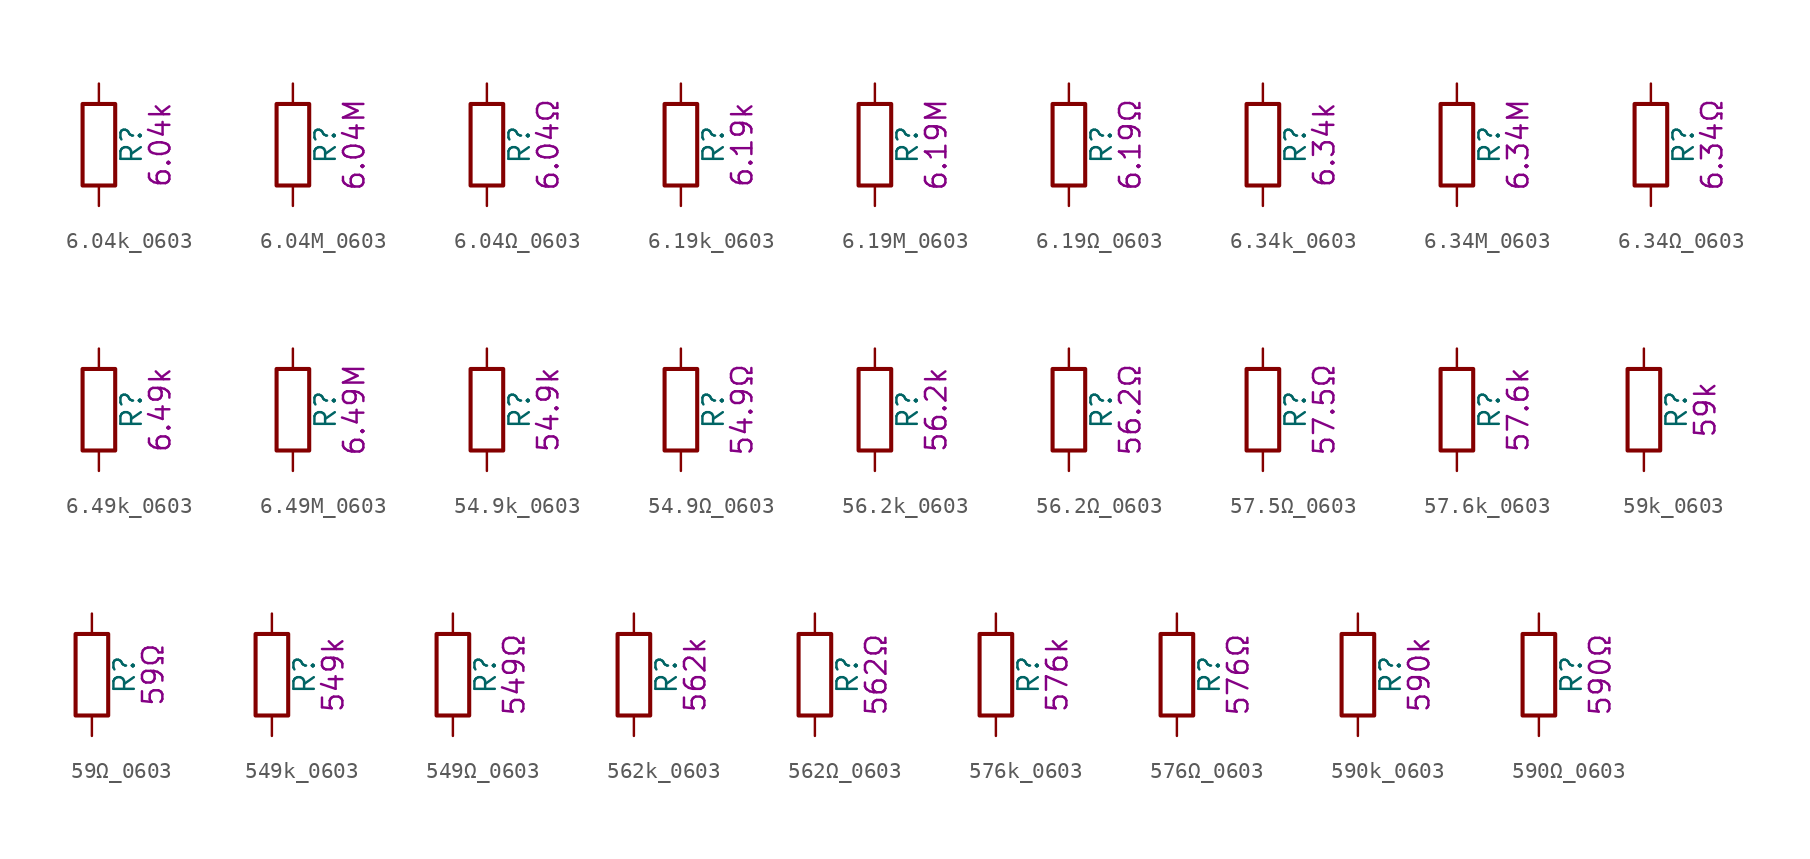
<source format=kicad_sym>
(kicad_symbol_lib
  (version 20211014)
  (generator kicad_symbol_editor)
  (symbol "6.04k_0603"
    (pin_numbers hide)
    (pin_names
      (offset 0))
    (property "Reference" "R"
      (at 2.032 0 90)
      (effects (font (size 1.27 1.27))))
    (property "Display" "6.04k"
      (at 3.81 0 90)
      (effects (font (size 1.27 1.27))))
    (symbol "6.04k_0603_0_1"
      (rectangle (start -1.016 -2.54) (end 1.016 2.54) (stroke (width 0.254) (type default) (color 0 0 0 0)) (fill (type none))))
    (symbol "6.04k_0603_1_1"
      (pin passive line (at 0 3.81 270) (length 1.27) (name "~" (effects (font (size 1.27 1.27)))) (number "1" (effects (font (size 1.27 1.27)))))
      (pin passive line (at 0 -3.81 90) (length 1.27) (name "~" (effects (font (size 1.27 1.27)))) (number "2" (effects (font (size 1.27 1.27)))))))
  (symbol "6.04M_0603"
    (pin_numbers hide)
    (pin_names
      (offset 0))
    (property "Reference" "R"
      (at 2.032 0 90)
      (effects (font (size 1.27 1.27))))
    (property "Display" "6.04M"
      (at 3.81 0 90)
      (effects (font (size 1.27 1.27))))
    (symbol "6.04M_0603_0_1"
      (rectangle (start -1.016 -2.54) (end 1.016 2.54) (stroke (width 0.254) (type default) (color 0 0 0 0)) (fill (type none))))
    (symbol "6.04M_0603_1_1"
      (pin passive line (at 0 3.81 270) (length 1.27) (name "~" (effects (font (size 1.27 1.27)))) (number "1" (effects (font (size 1.27 1.27)))))
      (pin passive line (at 0 -3.81 90) (length 1.27) (name "~" (effects (font (size 1.27 1.27)))) (number "2" (effects (font (size 1.27 1.27)))))))
  (symbol "6.04Ω_0603"
    (pin_numbers hide)
    (pin_names
      (offset 0))
    (property "Reference" "R"
      (at 2.032 0 90)
      (effects (font (size 1.27 1.27))))
    (property "Display" "6.04Ω"
      (at 3.81 0 90)
      (effects (font (size 1.27 1.27))))
    (symbol "6.04Ω_0603_0_1"
      (rectangle (start -1.016 -2.54) (end 1.016 2.54) (stroke (width 0.254) (type default) (color 0 0 0 0)) (fill (type none))))
    (symbol "6.04Ω_0603_1_1"
      (pin passive line (at 0 3.81 270) (length 1.27) (name "~" (effects (font (size 1.27 1.27)))) (number "1" (effects (font (size 1.27 1.27)))))
      (pin passive line (at 0 -3.81 90) (length 1.27) (name "~" (effects (font (size 1.27 1.27)))) (number "2" (effects (font (size 1.27 1.27)))))))
  (symbol "6.19k_0603"
    (pin_numbers hide)
    (pin_names
      (offset 0))
    (property "Reference" "R"
      (at 2.032 0 90)
      (effects (font (size 1.27 1.27))))
    (property "Display" "6.19k"
      (at 3.81 0 90)
      (effects (font (size 1.27 1.27))))
    (symbol "6.19k_0603_0_1"
      (rectangle (start -1.016 -2.54) (end 1.016 2.54) (stroke (width 0.254) (type default) (color 0 0 0 0)) (fill (type none))))
    (symbol "6.19k_0603_1_1"
      (pin passive line (at 0 3.81 270) (length 1.27) (name "~" (effects (font (size 1.27 1.27)))) (number "1" (effects (font (size 1.27 1.27)))))
      (pin passive line (at 0 -3.81 90) (length 1.27) (name "~" (effects (font (size 1.27 1.27)))) (number "2" (effects (font (size 1.27 1.27)))))))
  (symbol "6.19M_0603"
    (pin_numbers hide)
    (pin_names
      (offset 0))
    (property "Reference" "R"
      (at 2.032 0 90)
      (effects (font (size 1.27 1.27))))
    (property "Display" "6.19M"
      (at 3.81 0 90)
      (effects (font (size 1.27 1.27))))
    (symbol "6.19M_0603_0_1"
      (rectangle (start -1.016 -2.54) (end 1.016 2.54) (stroke (width 0.254) (type default) (color 0 0 0 0)) (fill (type none))))
    (symbol "6.19M_0603_1_1"
      (pin passive line (at 0 3.81 270) (length 1.27) (name "~" (effects (font (size 1.27 1.27)))) (number "1" (effects (font (size 1.27 1.27)))))
      (pin passive line (at 0 -3.81 90) (length 1.27) (name "~" (effects (font (size 1.27 1.27)))) (number "2" (effects (font (size 1.27 1.27)))))))
  (symbol "6.19Ω_0603"
    (pin_numbers hide)
    (pin_names
      (offset 0))
    (property "Reference" "R"
      (at 2.032 0 90)
      (effects (font (size 1.27 1.27))))
    (property "Display" "6.19Ω"
      (at 3.81 0 90)
      (effects (font (size 1.27 1.27))))
    (symbol "6.19Ω_0603_0_1"
      (rectangle (start -1.016 -2.54) (end 1.016 2.54) (stroke (width 0.254) (type default) (color 0 0 0 0)) (fill (type none))))
    (symbol "6.19Ω_0603_1_1"
      (pin passive line (at 0 3.81 270) (length 1.27) (name "~" (effects (font (size 1.27 1.27)))) (number "1" (effects (font (size 1.27 1.27)))))
      (pin passive line (at 0 -3.81 90) (length 1.27) (name "~" (effects (font (size 1.27 1.27)))) (number "2" (effects (font (size 1.27 1.27)))))))
  (symbol "6.34k_0603"
    (pin_numbers hide)
    (pin_names
      (offset 0))
    (property "Reference" "R"
      (at 2.032 0 90)
      (effects (font (size 1.27 1.27))))
    (property "Display" "6.34k"
      (at 3.81 0 90)
      (effects (font (size 1.27 1.27))))
    (symbol "6.34k_0603_0_1"
      (rectangle (start -1.016 -2.54) (end 1.016 2.54) (stroke (width 0.254) (type default) (color 0 0 0 0)) (fill (type none))))
    (symbol "6.34k_0603_1_1"
      (pin passive line (at 0 3.81 270) (length 1.27) (name "~" (effects (font (size 1.27 1.27)))) (number "1" (effects (font (size 1.27 1.27)))))
      (pin passive line (at 0 -3.81 90) (length 1.27) (name "~" (effects (font (size 1.27 1.27)))) (number "2" (effects (font (size 1.27 1.27)))))))
  (symbol "6.34M_0603"
    (pin_numbers hide)
    (pin_names
      (offset 0))
    (property "Reference" "R"
      (at 2.032 0 90)
      (effects (font (size 1.27 1.27))))
    (property "Display" "6.34M"
      (at 3.81 0 90)
      (effects (font (size 1.27 1.27))))
    (symbol "6.34M_0603_0_1"
      (rectangle (start -1.016 -2.54) (end 1.016 2.54) (stroke (width 0.254) (type default) (color 0 0 0 0)) (fill (type none))))
    (symbol "6.34M_0603_1_1"
      (pin passive line (at 0 3.81 270) (length 1.27) (name "~" (effects (font (size 1.27 1.27)))) (number "1" (effects (font (size 1.27 1.27)))))
      (pin passive line (at 0 -3.81 90) (length 1.27) (name "~" (effects (font (size 1.27 1.27)))) (number "2" (effects (font (size 1.27 1.27)))))))
  (symbol "6.34Ω_0603"
    (pin_numbers hide)
    (pin_names
      (offset 0))
    (property "Reference" "R"
      (at 2.032 0 90)
      (effects (font (size 1.27 1.27))))
    (property "Display" "6.34Ω"
      (at 3.81 0 90)
      (effects (font (size 1.27 1.27))))
    (symbol "6.34Ω_0603_0_1"
      (rectangle (start -1.016 -2.54) (end 1.016 2.54) (stroke (width 0.254) (type default) (color 0 0 0 0)) (fill (type none))))
    (symbol "6.34Ω_0603_1_1"
      (pin passive line (at 0 3.81 270) (length 1.27) (name "~" (effects (font (size 1.27 1.27)))) (number "1" (effects (font (size 1.27 1.27)))))
      (pin passive line (at 0 -3.81 90) (length 1.27) (name "~" (effects (font (size 1.27 1.27)))) (number "2" (effects (font (size 1.27 1.27)))))))
  (symbol "6.49k_0603"
    (pin_numbers hide)
    (pin_names
      (offset 0))
    (property "Reference" "R"
      (at 2.032 0 90)
      (effects (font (size 1.27 1.27))))
    (property "Display" "6.49k"
      (at 3.81 0 90)
      (effects (font (size 1.27 1.27))))
    (symbol "6.49k_0603_0_1"
      (rectangle (start -1.016 -2.54) (end 1.016 2.54) (stroke (width 0.254) (type default) (color 0 0 0 0)) (fill (type none))))
    (symbol "6.49k_0603_1_1"
      (pin passive line (at 0 3.81 270) (length 1.27) (name "~" (effects (font (size 1.27 1.27)))) (number "1" (effects (font (size 1.27 1.27)))))
      (pin passive line (at 0 -3.81 90) (length 1.27) (name "~" (effects (font (size 1.27 1.27)))) (number "2" (effects (font (size 1.27 1.27)))))))
  (symbol "6.49M_0603"
    (pin_numbers hide)
    (pin_names
      (offset 0))
    (property "Reference" "R"
      (at 2.032 0 90)
      (effects (font (size 1.27 1.27))))
    (property "Display" "6.49M"
      (at 3.81 0 90)
      (effects (font (size 1.27 1.27))))
    (symbol "6.49M_0603_0_1"
      (rectangle (start -1.016 -2.54) (end 1.016 2.54) (stroke (width 0.254) (type default) (color 0 0 0 0)) (fill (type none))))
    (symbol "6.49M_0603_1_1"
      (pin passive line (at 0 3.81 270) (length 1.27) (name "~" (effects (font (size 1.27 1.27)))) (number "1" (effects (font (size 1.27 1.27)))))
      (pin passive line (at 0 -3.81 90) (length 1.27) (name "~" (effects (font (size 1.27 1.27)))) (number "2" (effects (font (size 1.27 1.27)))))))
  (symbol "54.9k_0603"
    (pin_numbers hide)
    (pin_names
      (offset 0))
    (property "Reference" "R"
      (at 2.032 0 90)
      (effects (font (size 1.27 1.27))))
    (property "Display" "54.9k"
      (at 3.81 0 90)
      (effects (font (size 1.27 1.27))))
    (symbol "54.9k_0603_0_1"
      (rectangle (start -1.016 -2.54) (end 1.016 2.54) (stroke (width 0.254) (type default) (color 0 0 0 0)) (fill (type none))))
    (symbol "54.9k_0603_1_1"
      (pin passive line (at 0 3.81 270) (length 1.27) (name "~" (effects (font (size 1.27 1.27)))) (number "1" (effects (font (size 1.27 1.27)))))
      (pin passive line (at 0 -3.81 90) (length 1.27) (name "~" (effects (font (size 1.27 1.27)))) (number "2" (effects (font (size 1.27 1.27)))))))
  (symbol "54.9Ω_0603"
    (pin_numbers hide)
    (pin_names
      (offset 0))
    (property "Reference" "R"
      (at 2.032 0 90)
      (effects (font (size 1.27 1.27))))
    (property "Display" "54.9Ω"
      (at 3.81 0 90)
      (effects (font (size 1.27 1.27))))
    (symbol "54.9Ω_0603_0_1"
      (rectangle (start -1.016 -2.54) (end 1.016 2.54) (stroke (width 0.254) (type default) (color 0 0 0 0)) (fill (type none))))
    (symbol "54.9Ω_0603_1_1"
      (pin passive line (at 0 3.81 270) (length 1.27) (name "~" (effects (font (size 1.27 1.27)))) (number "1" (effects (font (size 1.27 1.27)))))
      (pin passive line (at 0 -3.81 90) (length 1.27) (name "~" (effects (font (size 1.27 1.27)))) (number "2" (effects (font (size 1.27 1.27)))))))
  (symbol "56.2k_0603"
    (pin_numbers hide)
    (pin_names
      (offset 0))
    (property "Reference" "R"
      (at 2.032 0 90)
      (effects (font (size 1.27 1.27))))
    (property "Display" "56.2k"
      (at 3.81 0 90)
      (effects (font (size 1.27 1.27))))
    (symbol "56.2k_0603_0_1"
      (rectangle (start -1.016 -2.54) (end 1.016 2.54) (stroke (width 0.254) (type default) (color 0 0 0 0)) (fill (type none))))
    (symbol "56.2k_0603_1_1"
      (pin passive line (at 0 3.81 270) (length 1.27) (name "~" (effects (font (size 1.27 1.27)))) (number "1" (effects (font (size 1.27 1.27)))))
      (pin passive line (at 0 -3.81 90) (length 1.27) (name "~" (effects (font (size 1.27 1.27)))) (number "2" (effects (font (size 1.27 1.27)))))))
  (symbol "56.2Ω_0603"
    (pin_numbers hide)
    (pin_names
      (offset 0))
    (property "Reference" "R"
      (at 2.032 0 90)
      (effects (font (size 1.27 1.27))))
    (property "Display" "56.2Ω"
      (at 3.81 0 90)
      (effects (font (size 1.27 1.27))))
    (symbol "56.2Ω_0603_0_1"
      (rectangle (start -1.016 -2.54) (end 1.016 2.54) (stroke (width 0.254) (type default) (color 0 0 0 0)) (fill (type none))))
    (symbol "56.2Ω_0603_1_1"
      (pin passive line (at 0 3.81 270) (length 1.27) (name "~" (effects (font (size 1.27 1.27)))) (number "1" (effects (font (size 1.27 1.27)))))
      (pin passive line (at 0 -3.81 90) (length 1.27) (name "~" (effects (font (size 1.27 1.27)))) (number "2" (effects (font (size 1.27 1.27)))))))
  (symbol "57.5Ω_0603"
    (pin_numbers hide)
    (pin_names
      (offset 0))
    (property "Reference" "R"
      (at 2.032 0 90)
      (effects (font (size 1.27 1.27))))
    (property "Display" "57.5Ω"
      (at 3.81 0 90)
      (effects (font (size 1.27 1.27))))
    (symbol "57.5Ω_0603_0_1"
      (rectangle (start -1.016 -2.54) (end 1.016 2.54) (stroke (width 0.254) (type default) (color 0 0 0 0)) (fill (type none))))
    (symbol "57.5Ω_0603_1_1"
      (pin passive line (at 0 3.81 270) (length 1.27) (name "~" (effects (font (size 1.27 1.27)))) (number "1" (effects (font (size 1.27 1.27)))))
      (pin passive line (at 0 -3.81 90) (length 1.27) (name "~" (effects (font (size 1.27 1.27)))) (number "2" (effects (font (size 1.27 1.27)))))))
  (symbol "57.6k_0603"
    (pin_numbers hide)
    (pin_names
      (offset 0))
    (property "Reference" "R"
      (at 2.032 0 90)
      (effects (font (size 1.27 1.27))))
    (property "Display" "57.6k"
      (at 3.81 0 90)
      (effects (font (size 1.27 1.27))))
    (symbol "57.6k_0603_0_1"
      (rectangle (start -1.016 -2.54) (end 1.016 2.54) (stroke (width 0.254) (type default) (color 0 0 0 0)) (fill (type none))))
    (symbol "57.6k_0603_1_1"
      (pin passive line (at 0 3.81 270) (length 1.27) (name "~" (effects (font (size 1.27 1.27)))) (number "1" (effects (font (size 1.27 1.27)))))
      (pin passive line (at 0 -3.81 90) (length 1.27) (name "~" (effects (font (size 1.27 1.27)))) (number "2" (effects (font (size 1.27 1.27)))))))
  (symbol "59k_0603"
    (pin_numbers hide)
    (pin_names
      (offset 0))
    (property "Reference" "R"
      (at 2.032 0 90)
      (effects (font (size 1.27 1.27))))
    (property "Display" "59k"
      (at 3.81 0 90)
      (effects (font (size 1.27 1.27))))
    (symbol "59k_0603_0_1"
      (rectangle (start -1.016 -2.54) (end 1.016 2.54) (stroke (width 0.254) (type default) (color 0 0 0 0)) (fill (type none))))
    (symbol "59k_0603_1_1"
      (pin passive line (at 0 3.81 270) (length 1.27) (name "~" (effects (font (size 1.27 1.27)))) (number "1" (effects (font (size 1.27 1.27)))))
      (pin passive line (at 0 -3.81 90) (length 1.27) (name "~" (effects (font (size 1.27 1.27)))) (number "2" (effects (font (size 1.27 1.27)))))))
  (symbol "59Ω_0603"
    (pin_numbers hide)
    (pin_names
      (offset 0))
    (property "Reference" "R"
      (at 2.032 0 90)
      (effects (font (size 1.27 1.27))))
    (property "Display" "59Ω"
      (at 3.81 0 90)
      (effects (font (size 1.27 1.27))))
    (symbol "59Ω_0603_0_1"
      (rectangle (start -1.016 -2.54) (end 1.016 2.54) (stroke (width 0.254) (type default) (color 0 0 0 0)) (fill (type none))))
    (symbol "59Ω_0603_1_1"
      (pin passive line (at 0 3.81 270) (length 1.27) (name "~" (effects (font (size 1.27 1.27)))) (number "1" (effects (font (size 1.27 1.27)))))
      (pin passive line (at 0 -3.81 90) (length 1.27) (name "~" (effects (font (size 1.27 1.27)))) (number "2" (effects (font (size 1.27 1.27)))))))
  (symbol "549k_0603"
    (pin_numbers hide)
    (pin_names
      (offset 0))
    (property "Reference" "R"
      (at 2.032 0 90)
      (effects (font (size 1.27 1.27))))
    (property "Display" "549k"
      (at 3.81 0 90)
      (effects (font (size 1.27 1.27))))
    (symbol "549k_0603_0_1"
      (rectangle (start -1.016 -2.54) (end 1.016 2.54) (stroke (width 0.254) (type default) (color 0 0 0 0)) (fill (type none))))
    (symbol "549k_0603_1_1"
      (pin passive line (at 0 3.81 270) (length 1.27) (name "~" (effects (font (size 1.27 1.27)))) (number "1" (effects (font (size 1.27 1.27)))))
      (pin passive line (at 0 -3.81 90) (length 1.27) (name "~" (effects (font (size 1.27 1.27)))) (number "2" (effects (font (size 1.27 1.27)))))))
  (symbol "549Ω_0603"
    (pin_numbers hide)
    (pin_names
      (offset 0))
    (property "Reference" "R"
      (at 2.032 0 90)
      (effects (font (size 1.27 1.27))))
    (property "Display" "549Ω"
      (at 3.81 0 90)
      (effects (font (size 1.27 1.27))))
    (symbol "549Ω_0603_0_1"
      (rectangle (start -1.016 -2.54) (end 1.016 2.54) (stroke (width 0.254) (type default) (color 0 0 0 0)) (fill (type none))))
    (symbol "549Ω_0603_1_1"
      (pin passive line (at 0 3.81 270) (length 1.27) (name "~" (effects (font (size 1.27 1.27)))) (number "1" (effects (font (size 1.27 1.27)))))
      (pin passive line (at 0 -3.81 90) (length 1.27) (name "~" (effects (font (size 1.27 1.27)))) (number "2" (effects (font (size 1.27 1.27)))))))
  (symbol "562k_0603"
    (pin_numbers hide)
    (pin_names
      (offset 0))
    (property "Reference" "R"
      (at 2.032 0 90)
      (effects (font (size 1.27 1.27))))
    (property "Display" "562k"
      (at 3.81 0 90)
      (effects (font (size 1.27 1.27))))
    (symbol "562k_0603_0_1"
      (rectangle (start -1.016 -2.54) (end 1.016 2.54) (stroke (width 0.254) (type default) (color 0 0 0 0)) (fill (type none))))
    (symbol "562k_0603_1_1"
      (pin passive line (at 0 3.81 270) (length 1.27) (name "~" (effects (font (size 1.27 1.27)))) (number "1" (effects (font (size 1.27 1.27)))))
      (pin passive line (at 0 -3.81 90) (length 1.27) (name "~" (effects (font (size 1.27 1.27)))) (number "2" (effects (font (size 1.27 1.27)))))))
  (symbol "562Ω_0603"
    (pin_numbers hide)
    (pin_names
      (offset 0))
    (property "Reference" "R"
      (at 2.032 0 90)
      (effects (font (size 1.27 1.27))))
    (property "Display" "562Ω"
      (at 3.81 0 90)
      (effects (font (size 1.27 1.27))))
    (symbol "562Ω_0603_0_1"
      (rectangle (start -1.016 -2.54) (end 1.016 2.54) (stroke (width 0.254) (type default) (color 0 0 0 0)) (fill (type none))))
    (symbol "562Ω_0603_1_1"
      (pin passive line (at 0 3.81 270) (length 1.27) (name "~" (effects (font (size 1.27 1.27)))) (number "1" (effects (font (size 1.27 1.27)))))
      (pin passive line (at 0 -3.81 90) (length 1.27) (name "~" (effects (font (size 1.27 1.27)))) (number "2" (effects (font (size 1.27 1.27)))))))
  (symbol "576k_0603"
    (pin_numbers hide)
    (pin_names
      (offset 0))
    (property "Reference" "R"
      (at 2.032 0 90)
      (effects (font (size 1.27 1.27))))
    (property "Display" "576k"
      (at 3.81 0 90)
      (effects (font (size 1.27 1.27))))
    (symbol "576k_0603_0_1"
      (rectangle (start -1.016 -2.54) (end 1.016 2.54) (stroke (width 0.254) (type default) (color 0 0 0 0)) (fill (type none))))
    (symbol "576k_0603_1_1"
      (pin passive line (at 0 3.81 270) (length 1.27) (name "~" (effects (font (size 1.27 1.27)))) (number "1" (effects (font (size 1.27 1.27)))))
      (pin passive line (at 0 -3.81 90) (length 1.27) (name "~" (effects (font (size 1.27 1.27)))) (number "2" (effects (font (size 1.27 1.27)))))))
  (symbol "576Ω_0603"
    (pin_numbers hide)
    (pin_names
      (offset 0))
    (property "Reference" "R"
      (at 2.032 0 90)
      (effects (font (size 1.27 1.27))))
    (property "Display" "576Ω"
      (at 3.81 0 90)
      (effects (font (size 1.27 1.27))))
    (symbol "576Ω_0603_0_1"
      (rectangle (start -1.016 -2.54) (end 1.016 2.54) (stroke (width 0.254) (type default) (color 0 0 0 0)) (fill (type none))))
    (symbol "576Ω_0603_1_1"
      (pin passive line (at 0 3.81 270) (length 1.27) (name "~" (effects (font (size 1.27 1.27)))) (number "1" (effects (font (size 1.27 1.27)))))
      (pin passive line (at 0 -3.81 90) (length 1.27) (name "~" (effects (font (size 1.27 1.27)))) (number "2" (effects (font (size 1.27 1.27)))))))
  (symbol "590k_0603"
    (pin_numbers hide)
    (pin_names
      (offset 0))
    (property "Reference" "R"
      (at 2.032 0 90)
      (effects (font (size 1.27 1.27))))
    (property "Display" "590k"
      (at 3.81 0 90)
      (effects (font (size 1.27 1.27))))
    (symbol "590k_0603_0_1"
      (rectangle (start -1.016 -2.54) (end 1.016 2.54) (stroke (width 0.254) (type default) (color 0 0 0 0)) (fill (type none))))
    (symbol "590k_0603_1_1"
      (pin passive line (at 0 3.81 270) (length 1.27) (name "~" (effects (font (size 1.27 1.27)))) (number "1" (effects (font (size 1.27 1.27)))))
      (pin passive line (at 0 -3.81 90) (length 1.27) (name "~" (effects (font (size 1.27 1.27)))) (number "2" (effects (font (size 1.27 1.27)))))))
  (symbol "590Ω_0603"
    (pin_numbers hide)
    (pin_names
      (offset 0))
    (property "Reference" "R"
      (at 2.032 0 90)
      (effects (font (size 1.27 1.27))))
    (property "Display" "590Ω"
      (at 3.81 0 90)
      (effects (font (size 1.27 1.27))))
    (symbol "590Ω_0603_0_1"
      (rectangle (start -1.016 -2.54) (end 1.016 2.54) (stroke (width 0.254) (type default) (color 0 0 0 0)) (fill (type none))))
    (symbol "590Ω_0603_1_1"
      (pin passive line (at 0 3.81 270) (length 1.27) (name "~" (effects (font (size 1.27 1.27)))) (number "1" (effects (font (size 1.27 1.27)))))
      (pin passive line (at 0 -3.81 90) (length 1.27) (name "~" (effects (font (size 1.27 1.27)))) (number "2" (effects (font (size 1.27 1.27))))))))
</source>
